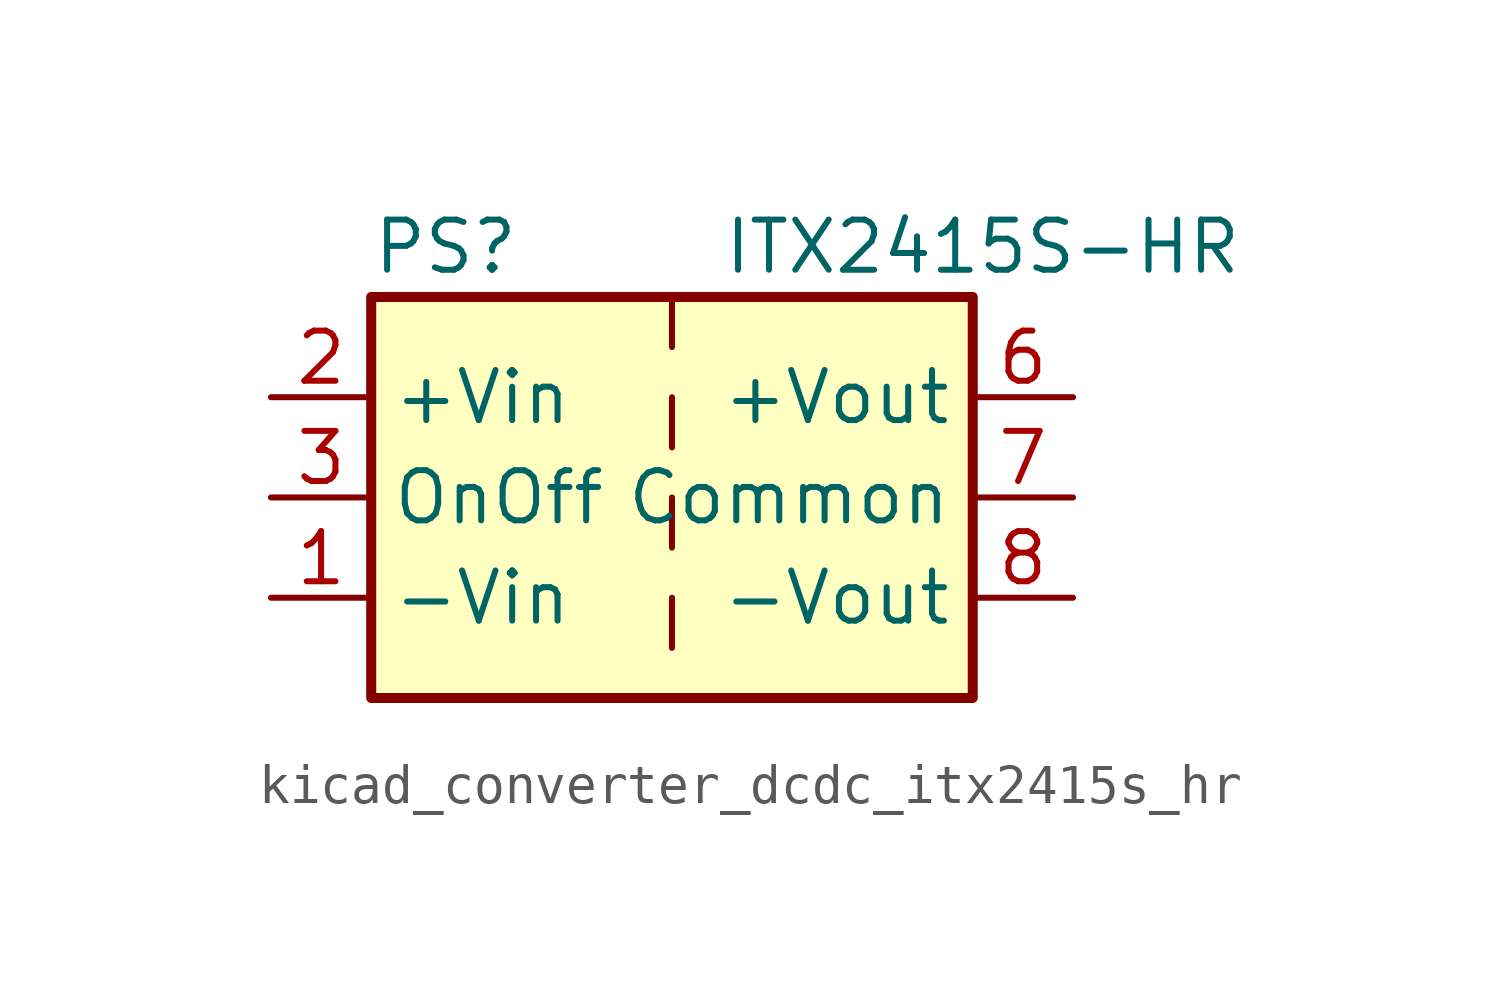
<source format=kicad_sym>
(kicad_symbol_lib
  (version 20220914)
  (generator kicad_symbol_editor)
  (symbol "kicad_converter_dcdc_itx2415s_hr"
    (property "Reference" "PS"
      (at -7.62 6.35 0)
      (effects (font (size 1.27 1.27)) (justify left)))
    (property "Value" "ITX2415S-HR"
      (at 1.27 6.35 0)
      (effects (font (size 1.27 1.27)) (justify left)))
    (symbol "kicad_converter_dcdc_itx2415s_hr_0_0"
      (pin power_in line (at -10.16 -2.54 0) (length 2.54) (name "-Vin" (effects (font (size 1.27 1.27)))) (number "1" (effects (font (size 1.27 1.27)))))
      (pin power_in line (at -10.16 2.54 0) (length 2.54) (name "+Vin" (effects (font (size 1.27 1.27)))) (number "2" (effects (font (size 1.27 1.27)))))
      (pin input line (at -10.16 0 0) (length 2.54) (name "OnOff" (effects (font (size 1.27 1.27)))) (number "3" (effects (font (size 1.27 1.27)))))
      (pin no_connect line (at 0 5.08 270) (length 2.54) hide (name "NC" (effects (font (size 1.27 1.27)))) (number "5" (effects (font (size 1.27 1.27)))))
      (pin power_out line (at 10.16 2.54 180) (length 2.54) (name "+Vout" (effects (font (size 1.27 1.27)))) (number "6" (effects (font (size 1.27 1.27)))))
      (pin power_out line (at 10.16 0 180) (length 2.54) (name "Common" (effects (font (size 1.27 1.27)))) (number "7" (effects (font (size 1.27 1.27)))))
      (pin power_out line (at 10.16 -2.54 180) (length 2.54) (name "-Vout" (effects (font (size 1.27 1.27)))) (number "8" (effects (font (size 1.27 1.27))))))
    (symbol "kicad_converter_dcdc_itx2415s_hr_0_1"
      (rectangle (start -7.62 5.08) (end 7.62 -5.08) (stroke (width 0.254) (type default)) (fill (type background)))
      (polyline (pts (xy 0 -2.54) (xy 0 -3.81)) (stroke (width 0) (type default)) (fill (type none)))
      (polyline (pts (xy 0 0) (xy 0 -1.27)) (stroke (width 0) (type default)) (fill (type none)))
      (polyline (pts (xy 0 2.54) (xy 0 1.27)) (stroke (width 0) (type default)) (fill (type none)))
      (polyline (pts (xy 0 5.08) (xy 0 3.81)) (stroke (width 0) (type default)) (fill (type none))))))
</source>
